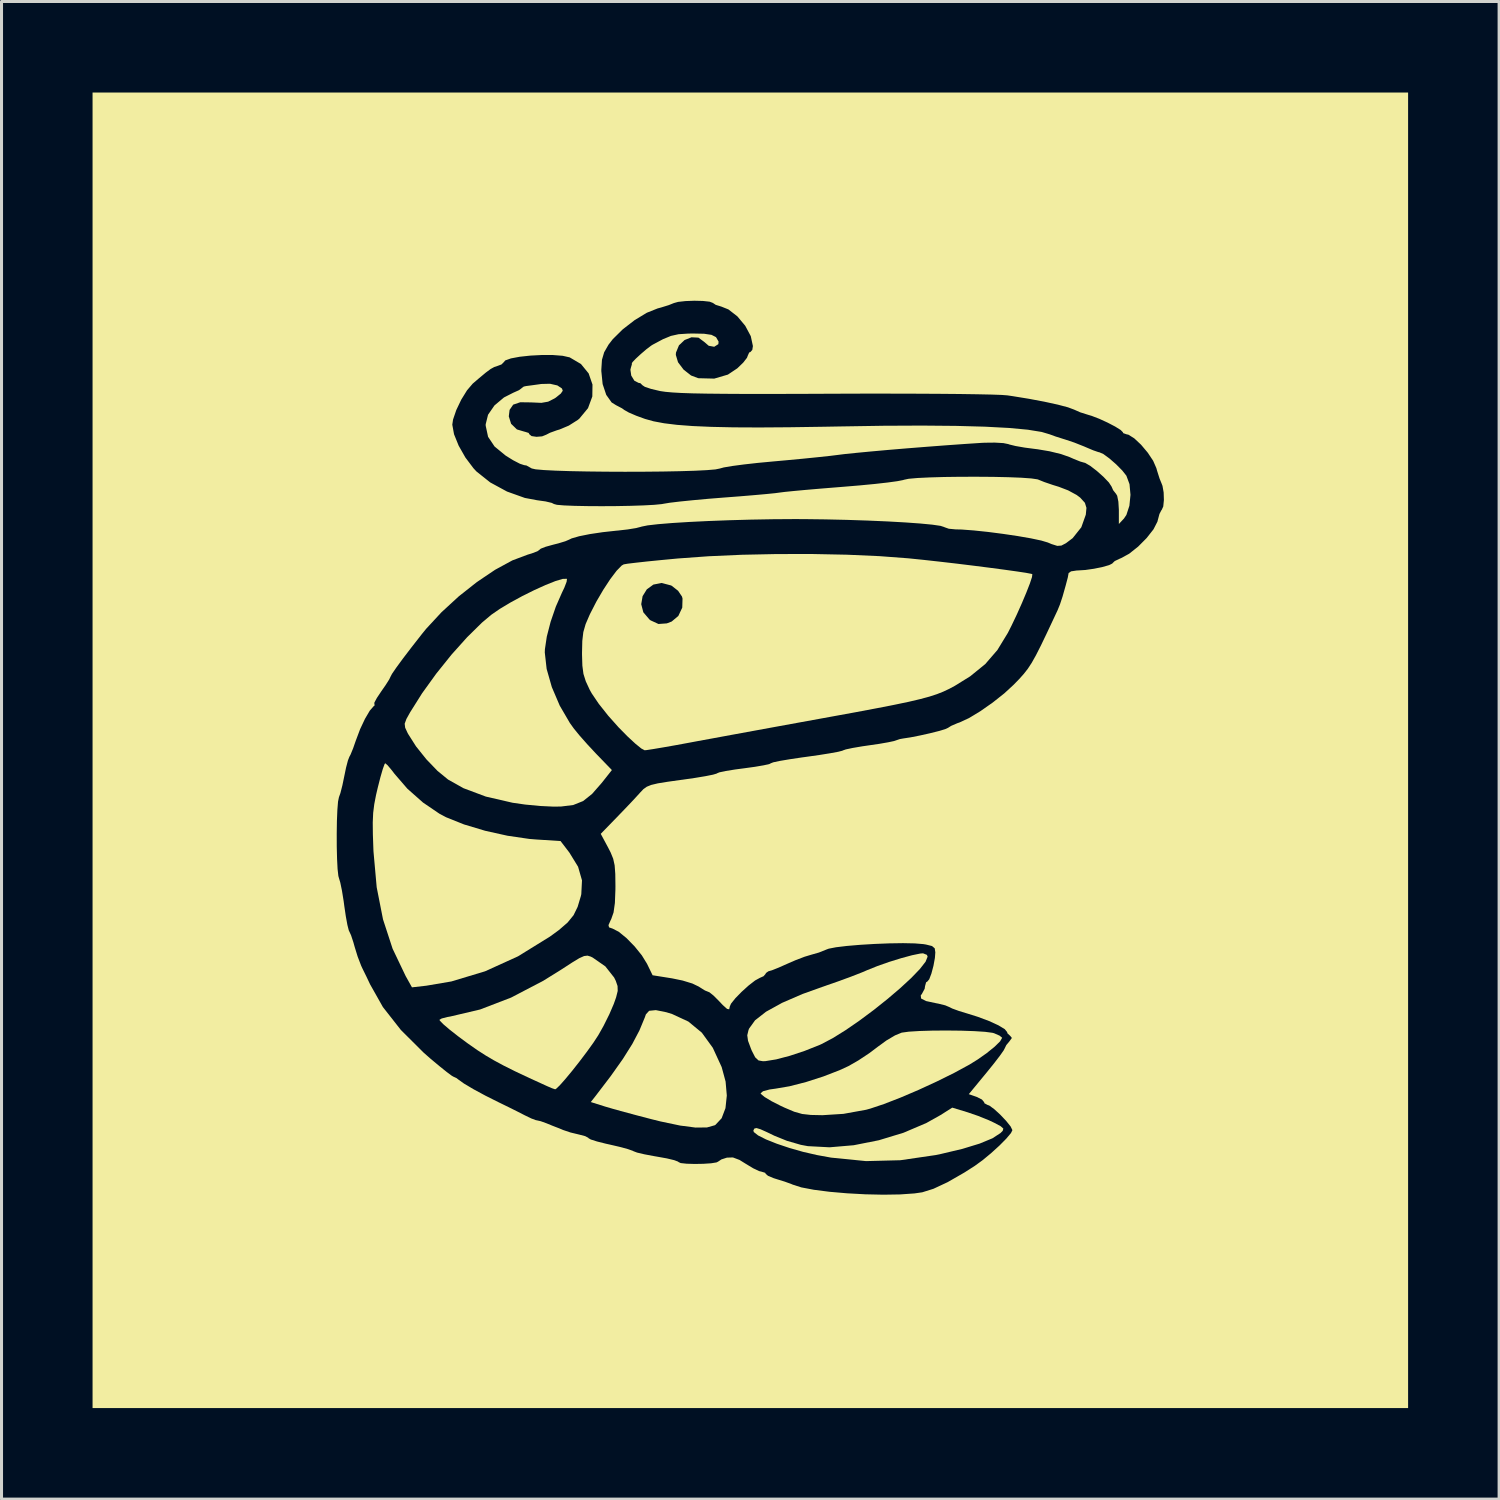
<source format=kicad_pcb>
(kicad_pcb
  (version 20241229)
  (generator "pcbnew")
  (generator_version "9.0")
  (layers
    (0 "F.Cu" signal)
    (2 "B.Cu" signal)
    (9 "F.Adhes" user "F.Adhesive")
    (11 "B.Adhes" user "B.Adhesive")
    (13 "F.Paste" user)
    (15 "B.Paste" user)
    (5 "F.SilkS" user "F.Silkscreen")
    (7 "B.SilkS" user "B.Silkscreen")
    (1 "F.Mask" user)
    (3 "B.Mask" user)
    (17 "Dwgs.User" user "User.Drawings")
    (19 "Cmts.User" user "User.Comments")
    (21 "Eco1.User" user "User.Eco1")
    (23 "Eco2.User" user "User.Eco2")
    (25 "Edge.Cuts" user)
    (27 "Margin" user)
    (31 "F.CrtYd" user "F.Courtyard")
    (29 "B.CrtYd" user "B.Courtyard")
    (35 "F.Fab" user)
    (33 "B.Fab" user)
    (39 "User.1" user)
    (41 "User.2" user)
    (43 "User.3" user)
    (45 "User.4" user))
  (footprint "prawn_logo"
    (layer "F.Cu")
    (at 21.675 21.675)
    (property "Reference" "prawn_logo" (at 27.54 7.29 0) (layer "User.9") (effects (font (size 1.5 1.5) (thickness 0.3))))
    (attr board_only exclude_from_pos_files exclude_from_bom)
    (fp_poly (pts (xy -2.766 8.631) (xy -2.576 8.69) (xy -2.041 8.938) (xy -1.598 9.304) (xy -1.237 9.802) (xy -0.944 10.438) (xy -0.815 10.914) (xy -0.775 11.376) (xy -0.819 11.791) (xy -0.945 12.123) (xy -1.148 12.34) (xy -1.173 12.355) (xy -1.428 12.427) (xy -1.805 12.431) (xy -2.312 12.365) (xy -2.959 12.229) (xy -3.26 12.154) (xy -3.716 12.035) (xy -4.157 11.917) (xy -4.534 11.812) (xy -4.798 11.735) (xy -4.809 11.731) (xy -5.257 11.59) (xy -5.105 11.397) (xy -4.6 10.735) (xy -4.2 10.17) (xy -3.889 9.675) (xy -3.653 9.227) (xy -3.477 8.802) (xy -3.441 8.7) (xy -3.334 8.583) (xy -3.113 8.561)) (stroke (width 0) (type solid)) (fill yes) (layer "F.SilkS"))
    (fp_poly (pts (xy 7.158 11.927) (xy 7.507 12.047) (xy 7.856 12.188) (xy 8.033 12.271) (xy 8.25 12.387) (xy 8.337 12.464) (xy 8.317 12.538) (xy 8.245 12.61) (xy 7.98 12.784) (xy 7.557 12.959) (xy 6.988 13.133) (xy 6.284 13.3) (xy 6.113 13.336) (xy 4.945 13.507) (xy 3.812 13.536) (xy 2.661 13.421) (xy 2.198 13.337) (xy 1.737 13.231) (xy 1.285 13.102) (xy 0.869 12.962) (xy 0.516 12.821) (xy 0.256 12.69) (xy 0.115 12.579) (xy 0.1 12.526) (xy 0.135 12.462) (xy 0.204 12.447) (xy 0.339 12.488) (xy 0.571 12.593) (xy 0.792 12.7) (xy 1.207 12.868) (xy 1.664 13) (xy 1.895 13.043) (xy 2.612 13.081) (xy 3.407 13.013) (xy 4.234 12.849) (xy 5.047 12.602) (xy 5.8 12.281) (xy 6.269 12.018) (xy 6.654 11.774)) (stroke (width 0) (type solid)) (fill yes) (layer "F.SilkS"))
    (fp_poly (pts (xy 5.819 6.74) (xy 5.842 6.799) (xy 5.775 6.965) (xy 5.587 7.206) (xy 5.3 7.504) (xy 4.936 7.84) (xy 4.517 8.197) (xy 4.064 8.558) (xy 3.599 8.904) (xy 3.144 9.218) (xy 2.72 9.482) (xy 2.349 9.678) (xy 2.286 9.707) (xy 1.79 9.904) (xy 1.298 10.067) (xy 0.853 10.184) (xy 0.501 10.241) (xy 0.417 10.245) (xy 0.27 10.219) (xy 0.16 10.116) (xy 0.048 9.898) (xy 0.022 9.835) (xy -0.076 9.571) (xy -0.101 9.389) (xy -0.06 9.218) (xy -0.041 9.17) (xy 0.156 8.896) (xy 0.518 8.613) (xy 1.042 8.323) (xy 1.723 8.028) (xy 2.458 7.765) (xy 2.887 7.616) (xy 3.318 7.458) (xy 3.687 7.314) (xy 3.852 7.243) (xy 4.186 7.109) (xy 4.575 6.972) (xy 4.972 6.849) (xy 5.33 6.752) (xy 5.602 6.696) (xy 5.692 6.689)) (stroke (width 0) (type solid)) (fill yes) (layer "F.SilkS"))
    (fp_poly (pts (xy -11.956 0.489) (xy -11.821 0.649) (xy -11.726 0.773) (xy -11.301 1.265) (xy -10.787 1.72) (xy -10.246 2.088) (xy -10.026 2.205) (xy -9.435 2.442) (xy -8.738 2.651) (xy -7.999 2.815) (xy -7.28 2.92) (xy -7.043 2.939) (xy -6.254 2.989) (xy -5.963 3.369) (xy -5.676 3.836) (xy -5.547 4.285) (xy -5.57 4.74) (xy -5.586 4.809) (xy -5.691 5.159) (xy -5.825 5.433) (xy -6.021 5.674) (xy -6.309 5.923) (xy -6.602 6.137) (xy -7.655 6.788) (xy -8.742 7.282) (xy -9.851 7.616) (xy -10.676 7.756) (xy -11.15 7.81) (xy -11.358 7.438) (xy -11.788 6.537) (xy -12.104 5.57) (xy -12.312 4.513) (xy -12.417 3.342) (xy -12.42 3.283) (xy -12.438 2.769) (xy -12.442 2.377) (xy -12.428 2.061) (xy -12.392 1.774) (xy -12.333 1.469) (xy -12.277 1.23) (xy -12.19 0.888) (xy -12.112 0.618) (xy -12.053 0.456) (xy -12.032 0.425)) (stroke (width 0) (type solid)) (fill yes) (layer "F.SilkS"))
    (fp_poly (pts (xy -5.262 6.796) (xy -5.195 6.829) (xy -4.777 7.12) (xy -4.487 7.488) (xy -4.434 7.596) (xy -4.375 7.767) (xy -4.37 7.929) (xy -4.423 8.141) (xy -4.5 8.358) (xy -4.645 8.695) (xy -4.837 9.081) (xy -5.009 9.386) (xy -5.169 9.631) (xy -5.381 9.926) (xy -5.621 10.244) (xy -5.866 10.555) (xy -6.094 10.83) (xy -6.28 11.04) (xy -6.403 11.157) (xy -6.432 11.17) (xy -6.535 11.135) (xy -6.689 11.069) (xy -7.283 10.798) (xy -7.753 10.576) (xy -8.131 10.387) (xy -8.448 10.216) (xy -8.712 10.061) (xy -9 9.876) (xy -9.314 9.656) (xy -9.626 9.425) (xy -9.903 9.208) (xy -10.115 9.027) (xy -10.232 8.907) (xy -10.244 8.88) (xy -10.17 8.836) (xy -9.981 8.788) (xy -9.885 8.771) (xy -8.905 8.54) (xy -7.884 8.148) (xy -6.823 7.594) (xy -6.211 7.213) (xy -5.87 6.991) (xy -5.637 6.85) (xy -5.479 6.779) (xy -5.365 6.765)) (stroke (width 0) (type solid)) (fill yes) (layer "F.SilkS"))
    (fp_poly (pts (xy 6.944 9.238) (xy 7.379 9.253) (xy 7.736 9.276) (xy 7.978 9.308) (xy 8.031 9.322) (xy 8.212 9.401) (xy 8.296 9.469) (xy 8.297 9.474) (xy 8.23 9.59) (xy 8.052 9.765) (xy 7.794 9.974) (xy 7.491 10.188) (xy 7.224 10.354) (xy 6.72 10.628) (xy 6.146 10.912) (xy 5.543 11.19) (xy 4.95 11.443) (xy 4.407 11.654) (xy 3.956 11.805) (xy 3.815 11.844) (xy 3.069 11.979) (xy 2.376 12.023) (xy 1.994 12.015) (xy 1.708 11.983) (xy 1.444 11.908) (xy 1.13 11.775) (xy 0.995 11.712) (xy 0.698 11.561) (xy 0.471 11.424) (xy 0.35 11.324) (xy 0.339 11.301) (xy 0.418 11.234) (xy 0.635 11.176) (xy 0.834 11.148) (xy 1.292 11.07) (xy 1.837 10.93) (xy 2.406 10.747) (xy 2.939 10.541) (xy 3.234 10.405) (xy 3.562 10.217) (xy 3.927 9.974) (xy 4.2 9.768) (xy 4.486 9.56) (xy 4.769 9.393) (xy 4.988 9.303) (xy 5.22 9.271) (xy 5.571 9.249) (xy 6.001 9.236) (xy 6.472 9.233)) (stroke (width 0) (type solid)) (fill yes) (layer "F.SilkS"))
    (fp_poly (pts (xy -6.042 -5.647) (xy -6.054 -5.555) (xy -6.128 -5.362) (xy -6.208 -5.194) (xy -6.409 -4.736) (xy -6.581 -4.235) (xy -6.707 -3.747) (xy -6.769 -3.331) (xy -6.773 -3.224) (xy -6.712 -2.683) (xy -6.541 -2.083) (xy -6.28 -1.472) (xy -5.947 -0.901) (xy -5.817 -0.72) (xy -5.631 -0.492) (xy -5.375 -0.202) (xy -5.101 0.092) (xy -5.061 0.134) (xy -4.562 0.65) (xy -4.899 1.076) (xy -5.216 1.438) (xy -5.511 1.672) (xy -5.836 1.802) (xy -6.239 1.852) (xy -6.487 1.855) (xy -6.926 1.834) (xy -7.419 1.787) (xy -7.832 1.728) (xy -8.716 1.524) (xy -9.455 1.247) (xy -9.96 0.963) (xy -10.308 0.678) (xy -10.676 0.295) (xy -11.016 -0.13) (xy -11.277 -0.541) (xy -11.296 -0.577) (xy -11.374 -0.746) (xy -11.39 -0.877) (xy -11.333 -1.033) (xy -11.21 -1.254) (xy -10.816 -1.88) (xy -10.351 -2.525) (xy -9.846 -3.154) (xy -9.332 -3.727) (xy -8.841 -4.21) (xy -8.537 -4.466) (xy -8.256 -4.66) (xy -7.906 -4.87) (xy -7.518 -5.081) (xy -7.12 -5.279) (xy -6.745 -5.449) (xy -6.421 -5.578) (xy -6.178 -5.65) (xy -6.048 -5.652)) (stroke (width 0) (type solid)) (fill yes) (layer "F.SilkS"))
    (fp_poly (pts (xy 3.187 -6.446) (xy 4.252 -6.399) (xy 5.197 -6.328) (xy 5.249 -6.323) (xy 5.718 -6.275) (xy 6.241 -6.217) (xy 6.794 -6.153) (xy 7.349 -6.085) (xy 7.882 -6.017) (xy 8.365 -5.953) (xy 8.773 -5.896) (xy 9.079 -5.85) (xy 9.258 -5.816) (xy 9.293 -5.805) (xy 9.282 -5.711) (xy 9.212 -5.498) (xy 9.095 -5.198) (xy 8.946 -4.844) (xy 8.779 -4.47) (xy 8.606 -4.107) (xy 8.486 -3.87) (xy 8.141 -3.305) (xy 7.741 -2.842) (xy 7.245 -2.439) (xy 6.745 -2.129) (xy 6.554 -2.026) (xy 6.361 -1.935) (xy 6.149 -1.851) (xy 5.9 -1.77) (xy 5.596 -1.688) (xy 5.218 -1.599) (xy 4.749 -1.501) (xy 4.171 -1.388) (xy 3.466 -1.255) (xy 2.616 -1.1) (xy 2.413 -1.063) (xy 1.644 -0.923) (xy 0.865 -0.781) (xy 0.107 -0.642) (xy -0.599 -0.513) (xy -1.221 -0.398) (xy -1.729 -0.305) (xy -1.99 -0.256) (xy -2.456 -0.17) (xy -2.871 -0.097) (xy -3.203 -0.041) (xy -3.419 -0.008) (xy -3.483 -0.002) (xy -3.592 -0.06) (xy -3.788 -0.219) (xy -4.042 -0.454) (xy -4.327 -0.743) (xy -4.33 -0.745) (xy -4.684 -1.142) (xy -4.994 -1.533) (xy -5.226 -1.876) (xy -5.292 -1.994) (xy -5.422 -2.274) (xy -5.499 -2.518) (xy -5.535 -2.791) (xy -5.546 -3.158) (xy -5.546 -3.217) (xy -5.537 -3.606) (xy -5.503 -3.896) (xy -5.428 -4.158) (xy -5.297 -4.462) (xy -5.278 -4.502) (xy -5.117 -4.816) (xy -3.595 -4.816) (xy -3.526 -4.549) (xy -3.323 -4.31) (xy -3.289 -4.284) (xy -3.027 -4.163) (xy -2.752 -4.183) (xy -2.592 -4.244) (xy -2.372 -4.429) (xy -2.243 -4.703) (xy -2.234 -5) (xy -2.252 -5.067) (xy -2.38 -5.257) (xy -2.588 -5.42) (xy -2.612 -5.433) (xy -2.921 -5.515) (xy -3.194 -5.462) (xy -3.41 -5.306) (xy -3.55 -5.08) (xy -3.595 -4.816) (xy -5.117 -4.816) (xy -5.072 -4.903) (xy -4.844 -5.293) (xy -4.615 -5.642) (xy -4.406 -5.918) (xy -4.238 -6.09) (xy -4.171 -6.128) (xy -4.043 -6.15) (xy -3.775 -6.182) (xy -3.396 -6.224) (xy -2.934 -6.27) (xy -2.418 -6.319) (xy -2.371 -6.323) (xy -1.378 -6.395) (xy -0.281 -6.444) (xy 0.875 -6.468) (xy 2.046 -6.469)) (stroke (width 0) (type solid)) (fill yes) (layer "F.SilkS"))
    (fp_poly (pts (xy 21.675 0) (xy 21.675 21.675) (xy 0 21.675) (xy -21.675 21.675) (xy -21.675 2.745) (xy -13.629 2.745) (xy -13.628 3.174) (xy -13.618 3.576) (xy -13.601 3.911) (xy -13.575 4.141) (xy -13.555 4.213) (xy -13.511 4.361) (xy -13.456 4.628) (xy -13.401 4.969) (xy -13.381 5.12) (xy -13.33 5.467) (xy -13.278 5.752) (xy -13.232 5.932) (xy -13.216 5.966) (xy -13.157 6.094) (xy -13.081 6.324) (xy -13.038 6.477) (xy -12.94 6.795) (xy -12.823 7.1) (xy -12.778 7.197) (xy -12.652 7.453) (xy -12.542 7.685) (xy -12.533 7.705) (xy -12.108 8.459) (xy -11.516 9.214) (xy -10.762 9.965) (xy -10.531 10.168) (xy -10.244 10.407) (xy -10.005 10.599) (xy -9.841 10.721) (xy -9.786 10.753) (xy -9.68 10.802) (xy -9.627 10.844) (xy -9.437 10.98) (xy -9.126 11.165) (xy -8.73 11.379) (xy -8.297 11.596) (xy -7.967 11.757) (xy -7.65 11.915) (xy -7.434 12.026) (xy -7.219 12.13) (xy -7.064 12.188) (xy -7.037 12.192) (xy -6.905 12.222) (xy -6.715 12.291) (xy -6.534 12.365) (xy -6.435 12.404) (xy -6.333 12.443) (xy -6.169 12.511) (xy -5.925 12.593) (xy -5.647 12.66) (xy -5.639 12.662) (xy -5.441 12.714) (xy -5.338 12.769) (xy -5.334 12.78) (xy -5.257 12.824) (xy -5.053 12.889) (xy -4.759 12.963) (xy -4.636 12.99) (xy -4.305 13.067) (xy -4.036 13.14) (xy -3.874 13.197) (xy -3.851 13.21) (xy -3.732 13.255) (xy -3.491 13.312) (xy -3.173 13.372) (xy -3.068 13.39) (xy -2.75 13.447) (xy -2.508 13.505) (xy -2.381 13.553) (xy -2.371 13.565) (xy -2.295 13.601) (xy -2.099 13.622) (xy -1.834 13.63) (xy -1.548 13.625) (xy -1.291 13.608) (xy -1.113 13.579) (xy -1.062 13.553) (xy -0.952 13.48) (xy -0.772 13.422) (xy -0.575 13.415) (xy -0.357 13.497) (xy -0.147 13.627) (xy 0.093 13.772) (xy 0.292 13.866) (xy 0.372 13.885) (xy 0.49 13.922) (xy 0.508 13.957) (xy 0.582 14.02) (xy 0.767 14.098) (xy 0.868 14.13) (xy 1.133 14.212) (xy 1.353 14.292) (xy 1.397 14.311) (xy 1.679 14.402) (xy 2.095 14.481) (xy 2.609 14.547) (xy 3.185 14.597) (xy 3.789 14.63) (xy 4.385 14.643) (xy 4.936 14.634) (xy 5.409 14.601) (xy 5.665 14.564) (xy 6.033 14.449) (xy 6.503 14.229) (xy 7.053 13.913) (xy 7.397 13.693) (xy 7.658 13.503) (xy 7.939 13.27) (xy 8.209 13.024) (xy 8.436 12.794) (xy 8.589 12.612) (xy 8.636 12.516) (xy 8.577 12.394) (xy 8.429 12.21) (xy 8.235 12.005) (xy 8.035 11.822) (xy 7.874 11.705) (xy 7.814 11.684) (xy 7.713 11.629) (xy 7.705 11.595) (xy 7.633 11.508) (xy 7.461 11.421) (xy 7.452 11.418) (xy 7.199 11.33) (xy 7.791 10.612) (xy 8.03 10.316) (xy 8.223 10.065) (xy 8.347 9.889) (xy 8.382 9.822) (xy 8.436 9.711) (xy 8.529 9.601) (xy 8.619 9.478) (xy 8.572 9.419) (xy 8.471 9.323) (xy 8.463 9.285) (xy 8.384 9.188) (xy 8.174 9.061) (xy 7.866 8.92) (xy 7.492 8.78) (xy 7.154 8.674) (xy 6.872 8.588) (xy 6.653 8.508) (xy 6.557 8.46) (xy 6.422 8.403) (xy 6.195 8.347) (xy 6.125 8.334) (xy 5.795 8.263) (xy 5.627 8.178) (xy 5.616 8.075) (xy 5.652 8.03) (xy 5.745 7.856) (xy 5.757 7.772) (xy 5.792 7.644) (xy 5.832 7.62) (xy 5.895 7.545) (xy 5.967 7.355) (xy 6.034 7.103) (xy 6.082 6.842) (xy 6.096 6.656) (xy 6.076 6.524) (xy 5.987 6.449) (xy 5.786 6.399) (xy 5.698 6.385) (xy 5.418 6.362) (xy 5.033 6.354) (xy 4.58 6.361) (xy 4.096 6.38) (xy 3.618 6.409) (xy 3.181 6.446) (xy 2.824 6.489) (xy 2.583 6.536) (xy 2.523 6.558) (xy 2.261 6.663) (xy 2.012 6.734) (xy 1.789 6.801) (xy 1.486 6.917) (xy 1.21 7.037) (xy 0.933 7.16) (xy 0.712 7.248) (xy 0.596 7.281) (xy 0.511 7.34) (xy 0.508 7.36) (xy 0.437 7.443) (xy 0.318 7.496) (xy 0.157 7.584) (xy -0.058 7.751) (xy -0.288 7.959) (xy -0.494 8.17) (xy -0.636 8.348) (xy -0.677 8.442) (xy -0.696 8.534) (xy -0.767 8.52) (xy -0.911 8.391) (xy -1.039 8.255) (xy -1.214 8.08) (xy -1.347 7.974) (xy -1.383 7.959) (xy -1.495 7.914) (xy -1.673 7.803) (xy -1.696 7.787) (xy -1.91 7.684) (xy -2.231 7.586) (xy -2.579 7.514) (xy -3.221 7.412) (xy -3.404 7.034) (xy -3.575 6.756) (xy -3.814 6.46) (xy -4.08 6.188) (xy -4.336 5.979) (xy -4.538 5.875) (xy -4.655 5.834) (xy -4.674 5.76) (xy -4.604 5.601) (xy -4.583 5.56) (xy -4.507 5.343) (xy -4.463 5.031) (xy -4.446 4.591) (xy -4.445 4.472) (xy -4.45 4.073) (xy -4.471 3.791) (xy -4.519 3.572) (xy -4.604 3.364) (xy -4.687 3.202) (xy -4.929 2.752) (xy -4.391 2.198) (xy -4.118 1.915) (xy -3.862 1.645) (xy -3.667 1.433) (xy -3.623 1.384) (xy -3.522 1.278) (xy -3.413 1.2) (xy -3.265 1.14) (xy -3.046 1.088) (xy -2.724 1.036) (xy -2.267 0.972) (xy -2.247 0.97) (xy -1.83 0.91) (xy -1.481 0.852) (xy -1.23 0.802) (xy -1.108 0.766) (xy -1.101 0.759) (xy -1.022 0.726) (xy -0.81 0.681) (xy -0.499 0.631) (xy -0.212 0.593) (xy 0.152 0.543) (xy 0.444 0.493) (xy 0.629 0.451) (xy 0.677 0.426) (xy 0.756 0.395) (xy 0.973 0.349) (xy 1.298 0.294) (xy 1.7 0.234) (xy 1.841 0.215) (xy 2.266 0.155) (xy 2.628 0.097) (xy 2.895 0.048) (xy 3.035 0.012) (xy 3.048 0.004) (xy 3.145 -0.03) (xy 3.371 -0.078) (xy 3.688 -0.132) (xy 3.895 -0.162) (xy 4.251 -0.214) (xy 4.544 -0.265) (xy 4.735 -0.306) (xy 4.78 -0.321) (xy 4.927 -0.371) (xy 5.034 -0.39) (xy 5.282 -0.428) (xy 5.591 -0.489) (xy 5.914 -0.561) (xy 6.206 -0.634) (xy 6.421 -0.698) (xy 6.513 -0.74) (xy 6.618 -0.806) (xy 6.82 -0.893) (xy 6.9 -0.921) (xy 7.204 -1.062) (xy 7.581 -1.29) (xy 7.985 -1.573) (xy 8.37 -1.878) (xy 8.678 -2.162) (xy 8.861 -2.35) (xy 9.011 -2.518) (xy 9.144 -2.688) (xy 9.273 -2.885) (xy 9.412 -3.133) (xy 9.576 -3.456) (xy 9.778 -3.877) (xy 10.033 -4.42) (xy 10.124 -4.614) (xy 10.204 -4.81) (xy 10.289 -5.068) (xy 10.391 -5.429) (xy 10.461 -5.694) (xy 10.487 -5.833) (xy 10.488 -5.842) (xy 10.57 -5.898) (xy 10.757 -5.926) (xy 10.791 -5.927) (xy 11.04 -5.943) (xy 11.327 -5.984) (xy 11.604 -6.041) (xy 11.822 -6.103) (xy 11.933 -6.159) (xy 11.938 -6.171) (xy 12.009 -6.237) (xy 12.183 -6.32) (xy 12.213 -6.331) (xy 12.483 -6.478) (xy 12.779 -6.713) (xy 13.06 -6.996) (xy 13.286 -7.284) (xy 13.415 -7.536) (xy 13.426 -7.581) (xy 13.482 -7.79) (xy 13.548 -7.916) (xy 13.556 -7.922) (xy 13.607 -8.035) (xy 13.628 -8.249) (xy 13.62 -8.497) (xy 13.582 -8.714) (xy 13.555 -8.785) (xy 13.485 -8.957) (xy 13.405 -9.209) (xy 13.379 -9.301) (xy 13.274 -9.541) (xy 13.094 -9.811) (xy 12.875 -10.071) (xy 12.652 -10.28) (xy 12.461 -10.4) (xy 12.396 -10.414) (xy 12.288 -10.452) (xy 12.277 -10.481) (xy 12.205 -10.555) (xy 12.022 -10.669) (xy 11.771 -10.8) (xy 11.499 -10.925) (xy 11.249 -11.021) (xy 11.134 -11.055) (xy 10.869 -11.139) (xy 10.668 -11.228) (xy 10.467 -11.303) (xy 10.13 -11.392) (xy 9.69 -11.488) (xy 9.18 -11.584) (xy 8.633 -11.673) (xy 8.467 -11.697) (xy 8.284 -11.711) (xy 7.948 -11.723) (xy 7.476 -11.733) (xy 6.885 -11.742) (xy 6.191 -11.748) (xy 5.41 -11.752) (xy 4.561 -11.754) (xy 3.659 -11.754) (xy 2.752 -11.751) (xy 1.625 -11.746) (xy 0.655 -11.744) (xy -0.171 -11.744) (xy -0.865 -11.748) (xy -1.44 -11.754) (xy -1.908 -11.763) (xy -2.281 -11.776) (xy -2.573 -11.793) (xy -2.795 -11.813) (xy -2.961 -11.837) (xy -2.985 -11.842) (xy -3.269 -11.909) (xy -3.474 -11.977) (xy -3.556 -12.031) (xy -3.556 -12.032) (xy -3.625 -12.099) (xy -3.68 -12.107) (xy -3.821 -12.18) (xy -3.924 -12.349) (xy -3.952 -12.543) (xy -3.938 -12.601) (xy -3.903 -12.72) (xy -3.907 -12.742) (xy -3.885 -12.79) (xy -3.772 -12.908) (xy -3.605 -13.062) (xy -3.424 -13.217) (xy -3.268 -13.335) (xy -3.217 -13.367) (xy -2.878 -13.548) (xy -2.616 -13.656) (xy -2.364 -13.712) (xy -2.057 -13.732) (xy -1.9 -13.735) (xy -1.523 -13.727) (xy -1.28 -13.691) (xy -1.139 -13.62) (xy -1.128 -13.61) (xy -1.046 -13.469) (xy -1.053 -13.385) (xy -1.19 -13.298) (xy -1.371 -13.331) (xy -1.524 -13.462) (xy -1.709 -13.599) (xy -1.938 -13.611) (xy -2.167 -13.52) (xy -2.352 -13.345) (xy -2.45 -13.106) (xy -2.455 -13.03) (xy -2.383 -12.789) (xy -2.199 -12.545) (xy -1.953 -12.352) (xy -1.715 -12.262) (xy -1.189 -12.249) (xy -0.739 -12.381) (xy -0.429 -12.588) (xy -0.235 -12.775) (xy -0.11 -12.936) (xy -0.085 -13.003) (xy -0.037 -13.111) (xy 0 -13.123) (xy 0.065 -13.195) (xy 0.085 -13.322) (xy 0.015 -13.648) (xy -0.168 -13.99) (xy -0.427 -14.3) (xy -0.722 -14.529) (xy -0.954 -14.622) (xy -1.141 -14.68) (xy -1.234 -14.743) (xy -1.341 -14.784) (xy -1.562 -14.808) (xy -1.845 -14.815) (xy -2.136 -14.804) (xy -2.381 -14.777) (xy -2.52 -14.738) (xy -2.69 -14.67) (xy -2.945 -14.591) (xy -3.054 -14.562) (xy -3.411 -14.419) (xy -3.812 -14.176) (xy -4.204 -13.873) (xy -4.533 -13.548) (xy -4.673 -13.367) (xy -4.817 -13.116) (xy -4.889 -12.87) (xy -4.91 -12.547) (xy -4.91 -12.497) (xy -4.867 -12.069) (xy -4.748 -11.713) (xy -4.57 -11.463) (xy -4.423 -11.372) (xy -4.228 -11.27) (xy -4.149 -11.213) (xy -4.006 -11.132) (xy -3.757 -11.025) (xy -3.471 -10.921) (xy -3.188 -10.842) (xy -2.84 -10.777) (xy -2.416 -10.725) (xy -1.903 -10.686) (xy -1.288 -10.659) (xy -0.559 -10.643) (xy 0.296 -10.639) (xy 1.29 -10.646) (xy 2.436 -10.663) (xy 2.939 -10.672) (xy 4.381 -10.695) (xy 5.661 -10.701) (xy 6.778 -10.691) (xy 7.732 -10.665) (xy 8.521 -10.623) (xy 9.145 -10.565) (xy 9.601 -10.491) (xy 9.864 -10.413) (xy 10.055 -10.343) (xy 10.313 -10.261) (xy 10.372 -10.243) (xy 10.675 -10.142) (xy 11 -10.013) (xy 11.069 -9.983) (xy 11.299 -9.886) (xy 11.464 -9.829) (xy 11.502 -9.821) (xy 11.631 -9.765) (xy 11.83 -9.62) (xy 12.053 -9.426) (xy 12.256 -9.221) (xy 12.392 -9.049) (xy 12.495 -8.771) (xy 12.527 -8.419) (xy 12.491 -8.059) (xy 12.392 -7.757) (xy 12.312 -7.638) (xy 12.144 -7.458) (xy 12.144 -7.925) (xy 12.128 -8.193) (xy 12.089 -8.388) (xy 12.052 -8.45) (xy 11.955 -8.573) (xy 11.904 -8.69) (xy 11.815 -8.826) (xy 11.637 -9.012) (xy 11.418 -9.207) (xy 11.201 -9.374) (xy 11.034 -9.471) (xy 10.988 -9.483) (xy 10.873 -9.516) (xy 10.663 -9.6) (xy 10.515 -9.665) (xy 10.236 -9.763) (xy 9.862 -9.854) (xy 9.465 -9.921) (xy 9.398 -9.929) (xy 9.045 -9.975) (xy 8.74 -10.028) (xy 8.536 -10.078) (xy 8.502 -10.091) (xy 8.338 -10.124) (xy 8.058 -10.14) (xy 7.715 -10.136) (xy 7.613 -10.131) (xy 7.08 -10.096) (xy 6.475 -10.053) (xy 5.83 -10.004) (xy 5.175 -9.952) (xy 4.543 -9.899) (xy 3.965 -9.847) (xy 3.472 -9.8) (xy 3.095 -9.761) (xy 2.921 -9.739) (xy 2.639 -9.704) (xy 2.23 -9.66) (xy 1.735 -9.61) (xy 1.194 -9.559) (xy 0.762 -9.52) (xy 0.251 -9.472) (xy -0.213 -9.42) (xy -0.598 -9.369) (xy -0.875 -9.322) (xy -1.007 -9.286) (xy -1.149 -9.257) (xy -1.432 -9.233) (xy -1.833 -9.213) (xy -2.327 -9.198) (xy -2.891 -9.187) (xy -3.501 -9.181) (xy -4.134 -9.179) (xy -4.765 -9.182) (xy -5.372 -9.189) (xy -5.93 -9.2) (xy -6.417 -9.216) (xy -6.807 -9.236) (xy -7.078 -9.26) (xy -7.205 -9.289) (xy -7.209 -9.292) (xy -7.377 -9.386) (xy -7.454 -9.398) (xy -7.592 -9.443) (xy -7.818 -9.56) (xy -8.061 -9.711) (xy -8.428 -10.012) (xy -8.642 -10.332) (xy -8.72 -10.695) (xy -8.721 -10.743) (xy -8.643 -11.058) (xy -8.431 -11.365) (xy -8.118 -11.628) (xy -7.811 -11.784) (xy -7.627 -11.866) (xy -7.537 -11.931) (xy -7.535 -11.937) (xy -7.465 -11.987) (xy -7.387 -12.004) (xy -7.21 -12.027) (xy -6.957 -12.062) (xy -6.889 -12.072) (xy -6.601 -12.079) (xy -6.358 -12.024) (xy -6.207 -11.923) (xy -6.181 -11.849) (xy -6.246 -11.755) (xy -6.408 -11.624) (xy -6.456 -11.593) (xy -6.662 -11.489) (xy -6.886 -11.45) (xy -7.2 -11.464) (xy -7.214 -11.465) (xy -7.581 -11.47) (xy -7.814 -11.391) (xy -7.933 -11.218) (xy -7.959 -11.005) (xy -7.883 -10.76) (xy -7.691 -10.574) (xy -7.437 -10.499) (xy -7.432 -10.499) (xy -7.305 -10.459) (xy -7.281 -10.414) (xy -7.21 -10.355) (xy -7.046 -10.331) (xy -6.861 -10.346) (xy -6.727 -10.4) (xy -6.6 -10.465) (xy -6.379 -10.545) (xy -6.285 -10.573) (xy -5.982 -10.7) (xy -5.688 -10.886) (xy -5.634 -10.93) (xy -5.349 -11.275) (xy -5.207 -11.66) (xy -5.201 -12.053) (xy -5.328 -12.42) (xy -5.581 -12.73) (xy -5.953 -12.949) (xy -6.185 -13.001) (xy -6.502 -13.026) (xy -6.869 -13.027) (xy -7.248 -13.007) (xy -7.6 -12.969) (xy -7.889 -12.915) (xy -8.076 -12.848) (xy -8.128 -12.787) (xy -8.199 -12.716) (xy -8.324 -12.669) (xy -8.436 -12.632) (xy -8.557 -12.566) (xy -8.717 -12.447) (xy -8.95 -12.253) (xy -9.148 -12.083) (xy -9.335 -11.864) (xy -9.526 -11.555) (xy -9.689 -11.214) (xy -9.796 -10.901) (xy -9.821 -10.731) (xy -9.764 -10.417) (xy -9.611 -10.039) (xy -9.389 -9.648) (xy -9.123 -9.295) (xy -9.025 -9.189) (xy -8.571 -8.828) (xy -8.017 -8.527) (xy -7.43 -8.317) (xy -7.026 -8.241) (xy -6.748 -8.202) (xy -6.545 -8.154) (xy -6.469 -8.116) (xy -6.372 -8.09) (xy -6.136 -8.07) (xy -5.792 -8.056) (xy -5.37 -8.048) (xy -4.901 -8.045) (xy -4.416 -8.048) (xy -3.944 -8.057) (xy -3.517 -8.071) (xy -3.165 -8.09) (xy -2.919 -8.114) (xy -2.859 -8.125) (xy -2.659 -8.158) (xy -2.325 -8.198) (xy -1.891 -8.242) (xy -1.39 -8.288) (xy -0.889 -8.328) (xy -0.367 -8.368) (xy 0.112 -8.408) (xy 0.517 -8.444) (xy 0.815 -8.474) (xy 0.974 -8.495) (xy 1.132 -8.515) (xy 1.43 -8.545) (xy 1.839 -8.583) (xy 2.33 -8.625) (xy 2.873 -8.669) (xy 3.048 -8.683) (xy 3.597 -8.729) (xy 4.098 -8.777) (xy 4.524 -8.825) (xy 4.845 -8.869) (xy 5.035 -8.906) (xy 5.064 -8.916) (xy 5.217 -8.948) (xy 5.509 -8.974) (xy 5.91 -8.993) (xy 6.39 -9.007) (xy 6.92 -9.014) (xy 7.469 -9.015) (xy 8.008 -9.011) (xy 8.506 -9) (xy 8.934 -8.983) (xy 9.262 -8.959) (xy 9.46 -8.93) (xy 9.49 -8.92) (xy 9.686 -8.841) (xy 9.97 -8.744) (xy 10.163 -8.685) (xy 10.473 -8.566) (xy 10.752 -8.415) (xy 10.871 -8.326) (xy 11.025 -8.156) (xy 11.076 -7.99) (xy 11.055 -7.766) (xy 10.907 -7.35) (xy 10.622 -6.992) (xy 10.4 -6.825) (xy 10.25 -6.747) (xy 10.115 -6.737) (xy 9.927 -6.796) (xy 9.801 -6.849) (xy 9.586 -6.913) (xy 9.242 -6.986) (xy 8.809 -7.061) (xy 8.324 -7.133) (xy 7.829 -7.197) (xy 7.362 -7.246) (xy 6.963 -7.276) (xy 6.761 -7.281) (xy 6.54 -7.302) (xy 6.395 -7.353) (xy 6.388 -7.358) (xy 6.267 -7.397) (xy 5.998 -7.436) (xy 5.603 -7.474) (xy 5.102 -7.51) (xy 4.517 -7.543) (xy 3.871 -7.571) (xy 3.183 -7.594) (xy 2.475 -7.61) (xy 1.769 -7.619) (xy 1.437 -7.62) (xy 0.733 -7.615) (xy 0.012 -7.602) (xy -0.703 -7.582) (xy -1.388 -7.556) (xy -2.021 -7.525) (xy -2.579 -7.49) (xy -3.041 -7.452) (xy -3.382 -7.413) (xy -3.58 -7.373) (xy -3.598 -7.367) (xy -3.764 -7.324) (xy -4.041 -7.279) (xy -4.372 -7.241) (xy -4.403 -7.239) (xy -4.86 -7.189) (xy -5.285 -7.126) (xy -5.64 -7.055) (xy -5.887 -6.984) (xy -5.969 -6.944) (xy -6.095 -6.89) (xy -6.325 -6.82) (xy -6.498 -6.776) (xy -6.744 -6.708) (xy -6.906 -6.645) (xy -6.943 -6.613) (xy -7.017 -6.559) (xy -7.205 -6.488) (xy -7.335 -6.449) (xy -7.841 -6.259) (xy -8.409 -5.95) (xy -9.008 -5.547) (xy -9.607 -5.074) (xy -10.175 -4.552) (xy -10.68 -4.007) (xy -10.816 -3.84) (xy -11.158 -3.403) (xy -11.446 -3.026) (xy -11.666 -2.726) (xy -11.806 -2.522) (xy -11.853 -2.434) (xy -11.899 -2.337) (xy -12.019 -2.148) (xy -12.158 -1.948) (xy -12.305 -1.728) (xy -12.388 -1.575) (xy -12.39 -1.523) (xy -12.376 -1.486) (xy -12.407 -1.459) (xy -12.54 -1.307) (xy -12.698 -1.038) (xy -12.858 -0.699) (xy -12.995 -0.334) (xy -12.996 -0.333) (xy -13.089 -0.066) (xy -13.172 0.137) (xy -13.212 0.212) (xy -13.26 0.334) (xy -13.322 0.571) (xy -13.379 0.847) (xy -13.443 1.155) (xy -13.508 1.41) (xy -13.556 1.544) (xy -13.586 1.689) (xy -13.608 1.963) (xy -13.623 2.329) (xy -13.629 2.745) (xy -21.675 2.745) (xy -21.675 0) (xy -21.675 -21.675) (xy 0 -21.675) (xy 21.675 -21.675)) (stroke (width 0) (type solid)) (fill yes) (layer "F.SilkS")))
  (gr_rect
    (start -3 -3)
    (end 46.349 46.349)
    (stroke (width 0.1) (type default))
    (fill no)
    (layer "Edge.Cuts")))
</source>
